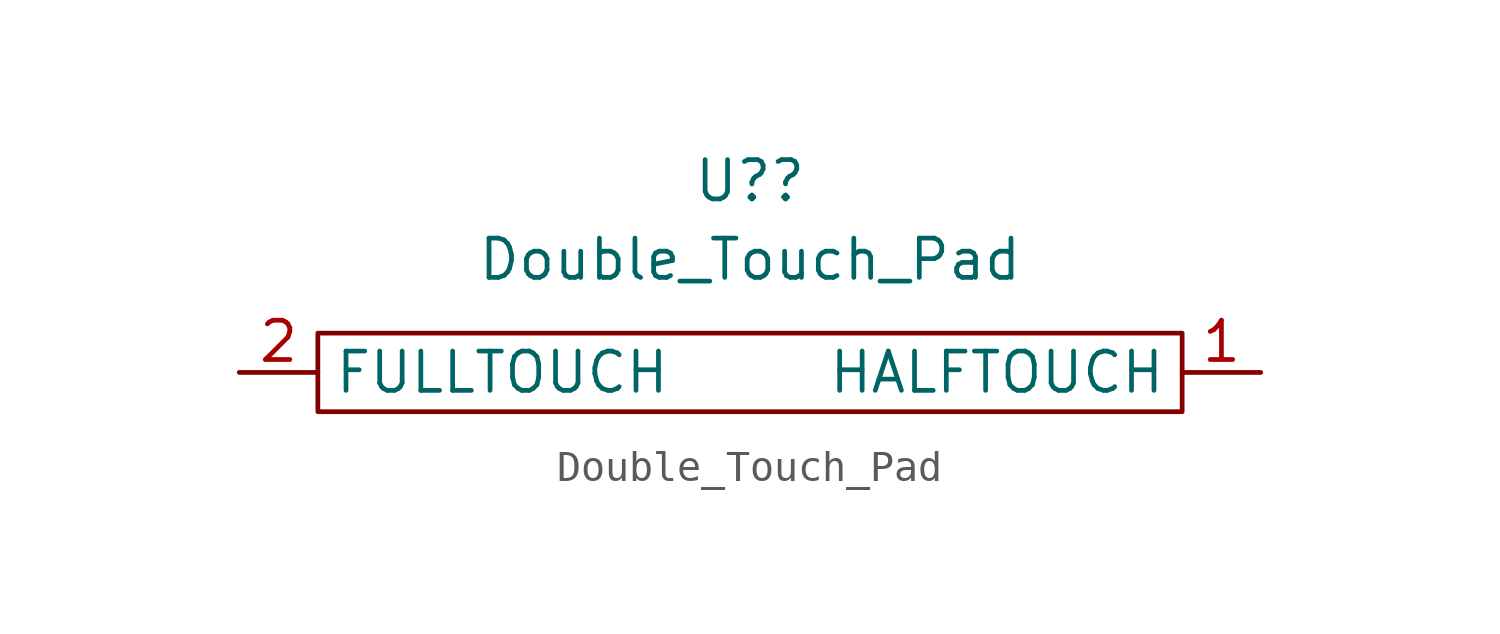
<source format=kicad_sym>
(kicad_symbol_lib
  (version 20211014)
  (generator kicad_symbol_editor)
  (symbol "Double_Touch_Pad"
    (property "Reference" "U?"
      (at 13.97 3.649 0)
      (effects (font (size 1.27 1.27))))
    (property "Value" "Double_Touch_Pad"
      (at 13.97 1.112 0)
      (effects (font (size 1.27 1.27))))
    (symbol "Double_Touch_Pad_0_1"
      (rectangle (start 0 -1.27) (end 27.94 -3.81) (stroke (width 0.152) (type default) (color 0 0 0 0)) (fill (type none))))
    (symbol "Double_Touch_Pad_1_1"
      (pin input line (at 30.48 -2.54 180) (length 2.54) (name "HALFTOUCH" (effects (font (size 1.27 1.27)))) (number "1" (effects (font (size 1.27 1.27)))))
      (pin input line (at -2.54 -2.54 0) (length 2.54) (name "FULLTOUCH" (effects (font (size 1.27 1.27)))) (number "2" (effects (font (size 1.27 1.27))))))))
</source>
